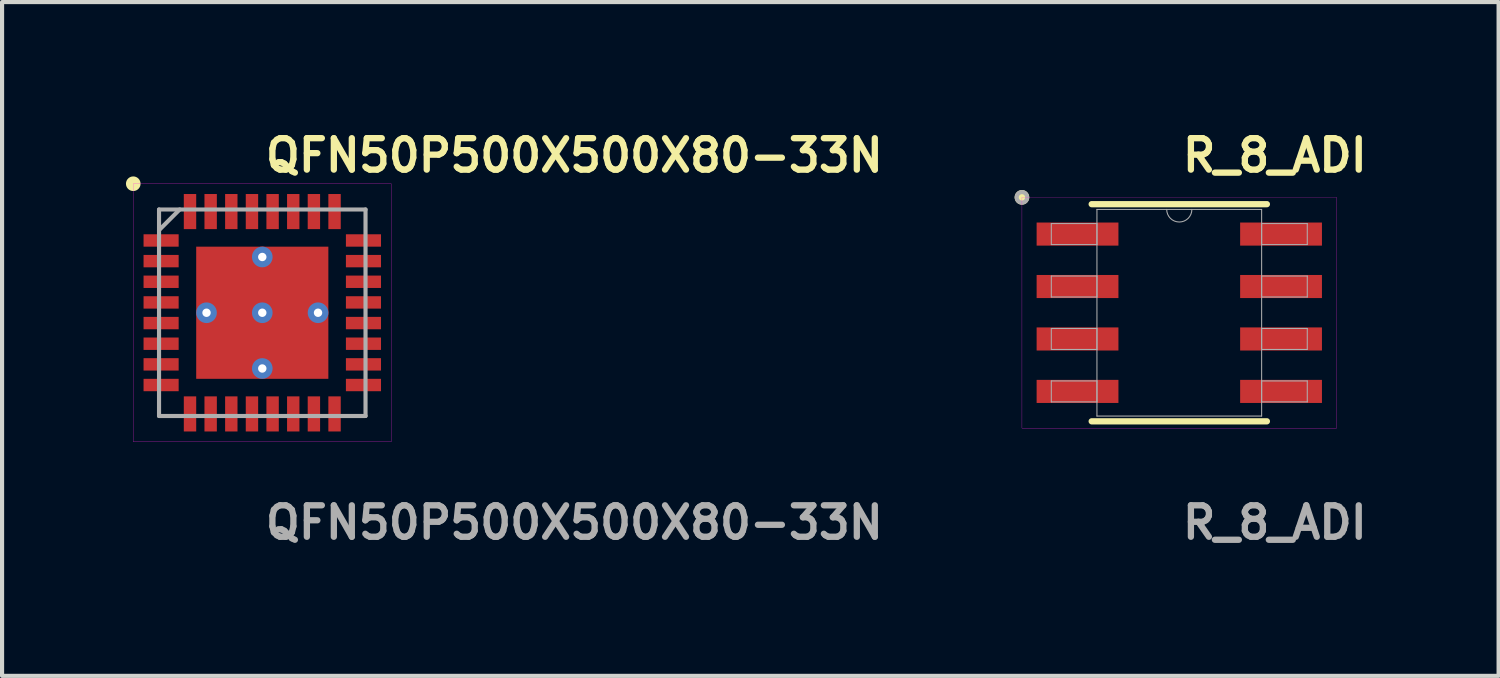
<source format=kicad_pcb>
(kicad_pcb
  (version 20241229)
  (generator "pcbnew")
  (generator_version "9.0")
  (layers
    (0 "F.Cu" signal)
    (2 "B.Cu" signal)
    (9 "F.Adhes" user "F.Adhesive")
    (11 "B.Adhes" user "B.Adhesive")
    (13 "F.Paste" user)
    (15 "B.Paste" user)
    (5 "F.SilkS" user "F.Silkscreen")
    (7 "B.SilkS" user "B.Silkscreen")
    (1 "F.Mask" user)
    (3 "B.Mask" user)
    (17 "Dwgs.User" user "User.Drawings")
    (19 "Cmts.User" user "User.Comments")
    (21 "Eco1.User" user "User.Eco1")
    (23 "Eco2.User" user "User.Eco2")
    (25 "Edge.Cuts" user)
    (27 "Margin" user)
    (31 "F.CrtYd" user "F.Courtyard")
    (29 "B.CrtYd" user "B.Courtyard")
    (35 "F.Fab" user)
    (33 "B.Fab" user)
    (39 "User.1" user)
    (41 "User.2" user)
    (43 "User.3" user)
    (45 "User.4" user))
  (footprint "QFN50P500X500X80-33N"
    (layer "F.Cu")
    (at 3.301 4.523)
    (property "Reference" "QFN50P500X500X80-33N" (at 0 -3.81 0) (layer "F.SilkS") (effects (font (size 0.762 0.762) (thickness 0.152) (bold yes)) (justify left)))
    (attr smd)
    (fp_circle (center -3.124 -3.124) (end -2.997 -3.124) (stroke (width 0.1) (type solid)) (fill yes) (layer "F.SilkS"))
    (fp_rect (start -3.124 -3.124) (end 3.124 3.124) (stroke (width 0.006) (type default)) (fill no) (layer "F.CrtYd"))
    (fp_line (start -2.5 -2.5) (end 2.5 -2.5) (stroke (width 0.1) (type solid)) (layer "F.Fab"))
    (fp_line (start -2.5 -2) (end -2 -2.5) (stroke (width 0.1) (type solid)) (layer "F.Fab"))
    (fp_line (start -2.5 2.5) (end -2.5 -2.5) (stroke (width 0.1) (type solid)) (layer "F.Fab"))
    (fp_line (start 2.5 -2.5) (end 2.5 2.5) (stroke (width 0.1) (type solid)) (layer "F.Fab"))
    (fp_line (start 2.5 2.5) (end -2.5 2.5) (stroke (width 0.1) (type solid)) (layer "F.Fab"))
    (fp_text user "${REFERENCE}" (at 0 5.08 0) (layer "F.Fab") (effects (font (size 0.762 0.762) (thickness 0.152) (bold yes)) (justify left)))
    (pad "1" smd rect (at -2.45 -1.75 90) (size 0.3 0.85) (layers "F.Cu" "F.Mask" "F.Paste"))
    (pad "2" smd rect (at -2.45 -1.25 90) (size 0.3 0.85) (layers "F.Cu" "F.Mask" "F.Paste"))
    (pad "3" smd rect (at -2.45 -0.75 90) (size 0.3 0.85) (layers "F.Cu" "F.Mask" "F.Paste"))
    (pad "4" smd rect (at -2.45 -0.25 90) (size 0.3 0.85) (layers "F.Cu" "F.Mask" "F.Paste"))
    (pad "5" smd rect (at -2.45 0.25 90) (size 0.3 0.85) (layers "F.Cu" "F.Mask" "F.Paste"))
    (pad "6" smd rect (at -2.45 0.75 90) (size 0.3 0.85) (layers "F.Cu" "F.Mask" "F.Paste"))
    (pad "7" smd rect (at -2.45 1.25 90) (size 0.3 0.85) (layers "F.Cu" "F.Mask" "F.Paste"))
    (pad "8" smd rect (at -2.45 1.75 90) (size 0.3 0.85) (layers "F.Cu" "F.Mask" "F.Paste"))
    (pad "9" smd rect (at -1.75 2.45) (size 0.3 0.85) (layers "F.Cu" "F.Mask" "F.Paste"))
    (pad "10" smd rect (at -1.25 2.45) (size 0.3 0.85) (layers "F.Cu" "F.Mask" "F.Paste"))
    (pad "11" smd rect (at -0.75 2.45) (size 0.3 0.85) (layers "F.Cu" "F.Mask" "F.Paste"))
    (pad "12" smd rect (at -0.25 2.45) (size 0.3 0.85) (layers "F.Cu" "F.Mask" "F.Paste"))
    (pad "13" smd rect (at 0.25 2.45) (size 0.3 0.85) (layers "F.Cu" "F.Mask" "F.Paste"))
    (pad "14" smd rect (at 0.75 2.45) (size 0.3 0.85) (layers "F.Cu" "F.Mask" "F.Paste"))
    (pad "15" smd rect (at 1.25 2.45) (size 0.3 0.85) (layers "F.Cu" "F.Mask" "F.Paste"))
    (pad "16" smd rect (at 1.75 2.45) (size 0.3 0.85) (layers "F.Cu" "F.Mask" "F.Paste"))
    (pad "17" smd rect (at 2.45 1.75 90) (size 0.3 0.85) (layers "F.Cu" "F.Mask" "F.Paste"))
    (pad "18" smd rect (at 2.45 1.25 90) (size 0.3 0.85) (layers "F.Cu" "F.Mask" "F.Paste"))
    (pad "19" smd rect (at 2.45 0.75 90) (size 0.3 0.85) (layers "F.Cu" "F.Mask" "F.Paste"))
    (pad "20" smd rect (at 2.45 0.25 90) (size 0.3 0.85) (layers "F.Cu" "F.Mask" "F.Paste"))
    (pad "21" smd rect (at 2.45 -0.25 90) (size 0.3 0.85) (layers "F.Cu" "F.Mask" "F.Paste"))
    (pad "22" smd rect (at 2.45 -0.75 90) (size 0.3 0.85) (layers "F.Cu" "F.Mask" "F.Paste"))
    (pad "23" smd rect (at 2.45 -1.25 90) (size 0.3 0.85) (layers "F.Cu" "F.Mask" "F.Paste"))
    (pad "24" smd rect (at 2.45 -1.75 90) (size 0.3 0.85) (layers "F.Cu" "F.Mask" "F.Paste"))
    (pad "25" smd rect (at 1.75 -2.45) (size 0.3 0.85) (layers "F.Cu" "F.Mask" "F.Paste"))
    (pad "26" smd rect (at 1.25 -2.45) (size 0.3 0.85) (layers "F.Cu" "F.Mask" "F.Paste"))
    (pad "27" smd rect (at 0.75 -2.45) (size 0.3 0.85) (layers "F.Cu" "F.Mask" "F.Paste"))
    (pad "28" smd rect (at 0.25 -2.45) (size 0.3 0.85) (layers "F.Cu" "F.Mask" "F.Paste"))
    (pad "29" smd rect (at -0.25 -2.45) (size 0.3 0.85) (layers "F.Cu" "F.Mask" "F.Paste"))
    (pad "30" smd rect (at -0.75 -2.45) (size 0.3 0.85) (layers "F.Cu" "F.Mask" "F.Paste"))
    (pad "31" smd rect (at -1.25 -2.45) (size 0.3 0.85) (layers "F.Cu" "F.Mask" "F.Paste"))
    (pad "32" smd rect (at -1.75 -2.45) (size 0.3 0.85) (layers "F.Cu" "F.Mask" "F.Paste"))
    (pad "33" thru_hole circle (at -1.35 0) (size 0.5 0.5) (drill 0.203) (layers "*.Cu" "*.Mask"))
    (pad "33" thru_hole circle (at -0.000001 1.35) (size 0.5 0.5) (drill 0.203) (layers "*.Cu" "*.Mask"))
    (pad "33" thru_hole circle (at 0 -1.35) (size 0.5 0.5) (drill 0.203) (layers "*.Cu" "*.Mask"))
    (pad "33" thru_hole circle (at 0 0) (size 0.5 0.5) (drill 0.203) (layers "*.Cu" "*.Mask"))
    (pad "33" smd rect (at 0 0) (size 3.2 3.2) (layers "F.Cu" "F.Mask" "F.Paste"))
    (pad "33" thru_hole circle (at 1.35 0) (size 0.5 0.5) (drill 0.203) (layers "*.Cu" "*.Mask")))
  (footprint "R_8_ADI"
    (layer "F.Cu")
    (at 25.506 4.523)
    (property "Reference" "R_8_ADI" (at 0 -3.81 0) (unlocked yes) (layer "F.SilkS") (effects (font (size 0.762 0.762) (thickness 0.152) (bold yes)) (justify left)))
    (attr smd)
    (fp_line (start -2.121 2.629) (end 2.121 2.629) (stroke (width 0.152) (type solid)) (layer "F.SilkS"))
    (fp_line (start 2.121 -2.629) (end -2.121 -2.629) (stroke (width 0.152) (type solid)) (layer "F.SilkS"))
    (fp_circle (center -3.81 -2.794) (end -3.683 -2.794) (stroke (width 0.1) (type solid)) (fill yes) (layer "F.SilkS"))
    (fp_rect (start -3.81 -2.794) (end 3.81 2.794) (stroke (width 0.006) (type solid)) (fill no) (layer "F.CrtYd"))
    (fp_line (start -3.099 -2.159) (end -3.099 -1.651) (stroke (width 0.025) (type solid)) (layer "F.Fab"))
    (fp_line (start -3.099 -1.651) (end -1.994 -1.651) (stroke (width 0.025) (type solid)) (layer "F.Fab"))
    (fp_line (start -3.099 -0.889) (end -3.099 -0.381) (stroke (width 0.025) (type solid)) (layer "F.Fab"))
    (fp_line (start -3.099 -0.381) (end -1.994 -0.381) (stroke (width 0.025) (type solid)) (layer "F.Fab"))
    (fp_line (start -3.099 0.381) (end -3.099 0.889) (stroke (width 0.025) (type solid)) (layer "F.Fab"))
    (fp_line (start -3.099 0.889) (end -1.994 0.889) (stroke (width 0.025) (type solid)) (layer "F.Fab"))
    (fp_line (start -3.099 1.651) (end -3.099 2.159) (stroke (width 0.025) (type solid)) (layer "F.Fab"))
    (fp_line (start -3.099 2.159) (end -1.994 2.159) (stroke (width 0.025) (type solid)) (layer "F.Fab"))
    (fp_line (start -1.994 -2.502) (end -1.994 2.502) (stroke (width 0.025) (type solid)) (layer "F.Fab"))
    (fp_line (start -1.994 -2.159) (end -3.099 -2.159) (stroke (width 0.025) (type solid)) (layer "F.Fab"))
    (fp_line (start -1.994 -1.651) (end -1.994 -2.159) (stroke (width 0.025) (type solid)) (layer "F.Fab"))
    (fp_line (start -1.994 -0.889) (end -3.099 -0.889) (stroke (width 0.025) (type solid)) (layer "F.Fab"))
    (fp_line (start -1.994 -0.381) (end -1.994 -0.889) (stroke (width 0.025) (type solid)) (layer "F.Fab"))
    (fp_line (start -1.994 0.381) (end -3.099 0.381) (stroke (width 0.025) (type solid)) (layer "F.Fab"))
    (fp_line (start -1.994 0.889) (end -1.994 0.381) (stroke (width 0.025) (type solid)) (layer "F.Fab"))
    (fp_line (start -1.994 1.651) (end -3.099 1.651) (stroke (width 0.025) (type solid)) (layer "F.Fab"))
    (fp_line (start -1.994 2.159) (end -1.994 1.651) (stroke (width 0.025) (type solid)) (layer "F.Fab"))
    (fp_line (start -1.994 2.502) (end 1.994 2.502) (stroke (width 0.025) (type solid)) (layer "F.Fab"))
    (fp_line (start 1.994 -2.502) (end -1.994 -2.502) (stroke (width 0.025) (type solid)) (layer "F.Fab"))
    (fp_line (start 1.994 -2.159) (end 1.994 -1.651) (stroke (width 0.025) (type solid)) (layer "F.Fab"))
    (fp_line (start 1.994 -1.651) (end 3.099 -1.651) (stroke (width 0.025) (type solid)) (layer "F.Fab"))
    (fp_line (start 1.994 -0.889) (end 1.994 -0.381) (stroke (width 0.025) (type solid)) (layer "F.Fab"))
    (fp_line (start 1.994 -0.381) (end 3.099 -0.381) (stroke (width 0.025) (type solid)) (layer "F.Fab"))
    (fp_line (start 1.994 0.381) (end 1.994 0.889) (stroke (width 0.025) (type solid)) (layer "F.Fab"))
    (fp_line (start 1.994 0.889) (end 3.099 0.889) (stroke (width 0.025) (type solid)) (layer "F.Fab"))
    (fp_line (start 1.994 1.651) (end 1.994 2.159) (stroke (width 0.025) (type solid)) (layer "F.Fab"))
    (fp_line (start 1.994 2.159) (end 3.099 2.159) (stroke (width 0.025) (type solid)) (layer "F.Fab"))
    (fp_line (start 1.994 2.502) (end 1.994 -2.502) (stroke (width 0.025) (type solid)) (layer "F.Fab"))
    (fp_line (start 3.099 -2.159) (end 1.994 -2.159) (stroke (width 0.025) (type solid)) (layer "F.Fab"))
    (fp_line (start 3.099 -1.651) (end 3.099 -2.159) (stroke (width 0.025) (type solid)) (layer "F.Fab"))
    (fp_line (start 3.099 -0.889) (end 1.994 -0.889) (stroke (width 0.025) (type solid)) (layer "F.Fab"))
    (fp_line (start 3.099 -0.381) (end 3.099 -0.889) (stroke (width 0.025) (type solid)) (layer "F.Fab"))
    (fp_line (start 3.099 0.381) (end 1.994 0.381) (stroke (width 0.025) (type solid)) (layer "F.Fab"))
    (fp_line (start 3.099 0.889) (end 3.099 0.381) (stroke (width 0.025) (type solid)) (layer "F.Fab"))
    (fp_line (start 3.099 1.651) (end 1.994 1.651) (stroke (width 0.025) (type solid)) (layer "F.Fab"))
    (fp_line (start 3.099 2.159) (end 3.099 1.651) (stroke (width 0.025) (type solid)) (layer "F.Fab"))
    (fp_arc (start 0.3048 -2.5019) (mid 0 -2.1971) (end -0.3048 -2.5019) (stroke (width 0.0254) (type solid)) (layer "F.Fab"))
    (fp_circle (center -3.81 -2.794) (end -3.683 -2.794) (stroke (width 0.1) (type solid)) (fill no) (layer "F.Fab"))
    (fp_text user "${REFERENCE}" (at 0 5.08 0) (unlocked yes) (layer "F.Fab") (effects (font (size 0.762 0.762) (thickness 0.152) (bold yes)) (justify left)))
    (pad "1" smd rect (at -2.464 -1.905) (size 1.981 0.559) (layers "F.Cu" "F.Mask" "F.Paste"))
    (pad "2" smd rect (at -2.464 -0.635) (size 1.981 0.559) (layers "F.Cu" "F.Mask" "F.Paste"))
    (pad "3" smd rect (at -2.464 0.635) (size 1.981 0.559) (layers "F.Cu" "F.Mask" "F.Paste"))
    (pad "4" smd rect (at -2.464 1.905) (size 1.981 0.559) (layers "F.Cu" "F.Mask" "F.Paste"))
    (pad "5" smd rect (at 2.464 1.905) (size 1.981 0.559) (layers "F.Cu" "F.Mask" "F.Paste"))
    (pad "6" smd rect (at 2.464 0.635) (size 1.981 0.559) (layers "F.Cu" "F.Mask" "F.Paste"))
    (pad "7" smd rect (at 2.464 -0.635) (size 1.981 0.559) (layers "F.Cu" "F.Mask" "F.Paste"))
    (pad "8" smd rect (at 2.464 -1.905) (size 1.981 0.559) (layers "F.Cu" "F.Mask" "F.Paste")))
  (gr_rect
    (start -3 -3)
    (end 33.238 13.316)
    (stroke (width 0.1) (type default))
    (fill no)
    (layer "Edge.Cuts")))
</source>
